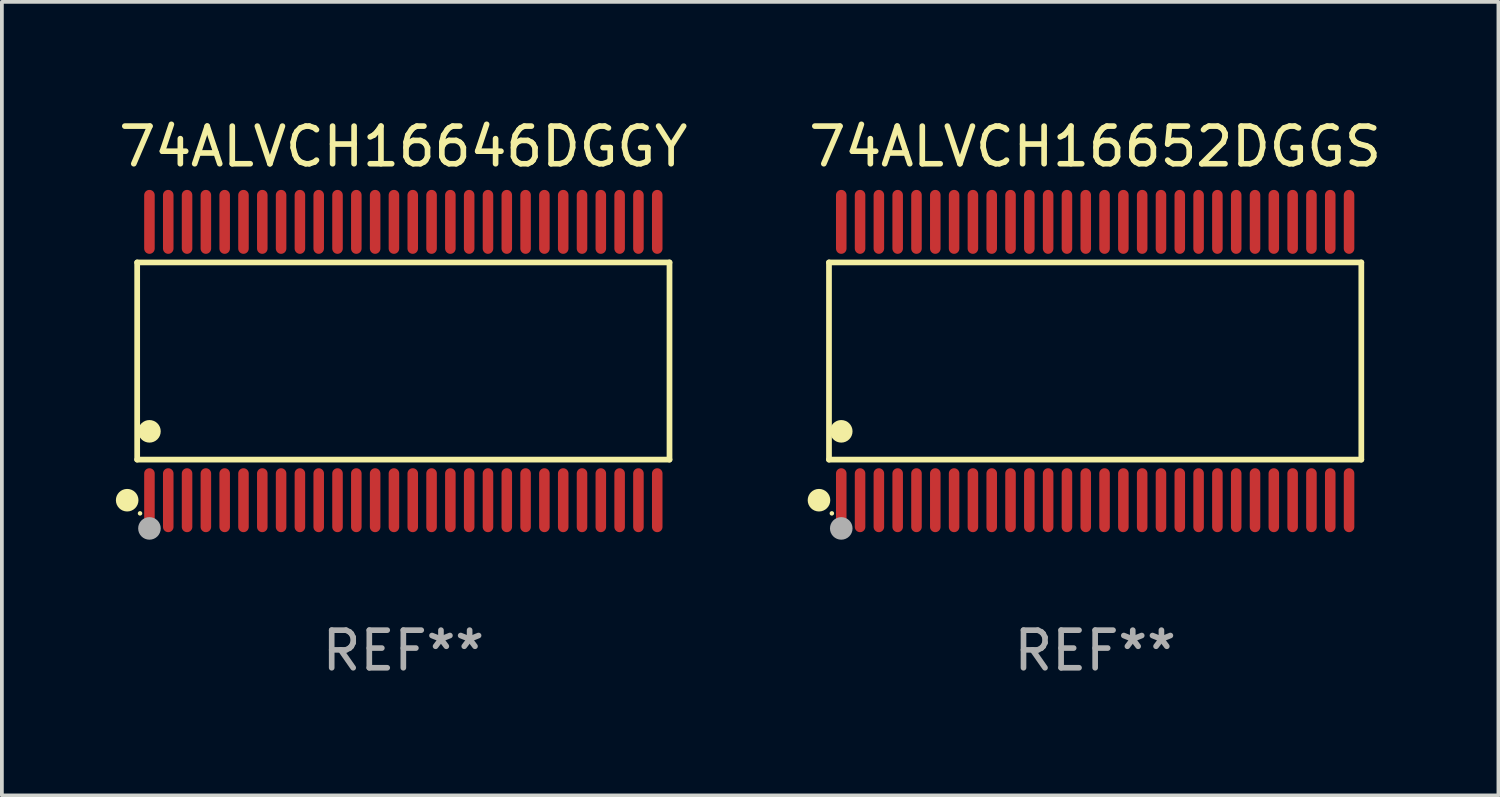
<source format=kicad_pcb>
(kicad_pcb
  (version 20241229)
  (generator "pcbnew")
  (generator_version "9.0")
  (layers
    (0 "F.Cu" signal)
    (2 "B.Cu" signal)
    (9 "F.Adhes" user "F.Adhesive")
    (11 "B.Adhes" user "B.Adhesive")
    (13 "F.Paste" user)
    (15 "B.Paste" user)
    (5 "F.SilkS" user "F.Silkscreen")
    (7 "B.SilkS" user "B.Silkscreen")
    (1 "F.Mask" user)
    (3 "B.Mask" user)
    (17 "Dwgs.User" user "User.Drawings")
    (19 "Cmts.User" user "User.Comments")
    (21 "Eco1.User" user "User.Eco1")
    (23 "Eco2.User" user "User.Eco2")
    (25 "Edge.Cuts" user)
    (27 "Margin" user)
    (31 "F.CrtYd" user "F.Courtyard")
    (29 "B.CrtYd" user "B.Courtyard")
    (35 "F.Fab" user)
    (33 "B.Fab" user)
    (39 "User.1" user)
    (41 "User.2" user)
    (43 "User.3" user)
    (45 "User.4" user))
  (footprint "74ALVCH16646DGGY"
    (layer "F.Cu")
    (at 7.673 6.548)
    (property "Reference" "74ALVCH16646DGGY" (at 0 -5.7 0) (layer "F.SilkS") (effects (font (size 1 1) (thickness 0.15))))
    (attr through_hole)
    (fp_line (start -7.076 -2.621) (end 7.076 -2.621) (stroke (width 0.152) (type solid)) (layer "F.SilkS"))
    (fp_line (start -7.076 2.621) (end -7.076 -2.621) (stroke (width 0.152) (type solid)) (layer "F.SilkS"))
    (fp_line (start 7.076 -2.621) (end 7.076 2.621) (stroke (width 0.152) (type solid)) (layer "F.SilkS"))
    (fp_line (start 7.076 2.621) (end -7.076 2.621) (stroke (width 0.152) (type solid)) (layer "F.SilkS"))
    (fp_circle (center -7.342 3.7) (end -7.192 3.7) (stroke (width 0.3) (type solid)) (fill no) (layer "F.SilkS"))
    (fp_circle (center -7 4.05) (end -6.97 4.05) (stroke (width 0.06) (type solid)) (fill no) (layer "F.SilkS"))
    (fp_circle (center -6.75 1.869) (end -6.6 1.869) (stroke (width 0.3) (type solid)) (fill no) (layer "F.SilkS"))
    (fp_circle (center -6.75 4.45) (end -6.6 4.45) (stroke (width 0.3) (type solid)) (fill no) (layer "F.Fab"))
    (fp_text user "REF**" (at 0 7.7 0) (layer "F.Fab") (effects (font (size 1 1) (thickness 0.15))))
    (pad "1" smd oval (at -6.75 3.7) (size 0.28 1.7) (layers "F.Cu" "F.Mask" "F.Paste"))
    (pad "2" smd oval (at -6.25 3.7) (size 0.28 1.7) (layers "F.Cu" "F.Mask" "F.Paste"))
    (pad "3" smd oval (at -5.75 3.7) (size 0.28 1.7) (layers "F.Cu" "F.Mask" "F.Paste"))
    (pad "4" smd oval (at -5.25 3.7) (size 0.28 1.7) (layers "F.Cu" "F.Mask" "F.Paste"))
    (pad "5" smd oval (at -4.75 3.7) (size 0.28 1.7) (layers "F.Cu" "F.Mask" "F.Paste"))
    (pad "6" smd oval (at -4.25 3.7) (size 0.28 1.7) (layers "F.Cu" "F.Mask" "F.Paste"))
    (pad "7" smd oval (at -3.75 3.7) (size 0.28 1.7) (layers "F.Cu" "F.Mask" "F.Paste"))
    (pad "8" smd oval (at -3.25 3.7) (size 0.28 1.7) (layers "F.Cu" "F.Mask" "F.Paste"))
    (pad "9" smd oval (at -2.75 3.7) (size 0.28 1.7) (layers "F.Cu" "F.Mask" "F.Paste"))
    (pad "10" smd oval (at -2.25 3.7) (size 0.28 1.7) (layers "F.Cu" "F.Mask" "F.Paste"))
    (pad "11" smd oval (at -1.75 3.7) (size 0.28 1.7) (layers "F.Cu" "F.Mask" "F.Paste"))
    (pad "12" smd oval (at -1.25 3.7) (size 0.28 1.7) (layers "F.Cu" "F.Mask" "F.Paste"))
    (pad "13" smd oval (at -0.75 3.7) (size 0.28 1.7) (layers "F.Cu" "F.Mask" "F.Paste"))
    (pad "14" smd oval (at -0.25 3.7) (size 0.28 1.7) (layers "F.Cu" "F.Mask" "F.Paste"))
    (pad "15" smd oval (at 0.25 3.7) (size 0.28 1.7) (layers "F.Cu" "F.Mask" "F.Paste"))
    (pad "16" smd oval (at 0.75 3.7) (size 0.28 1.7) (layers "F.Cu" "F.Mask" "F.Paste"))
    (pad "17" smd oval (at 1.25 3.7) (size 0.28 1.7) (layers "F.Cu" "F.Mask" "F.Paste"))
    (pad "18" smd oval (at 1.75 3.7) (size 0.28 1.7) (layers "F.Cu" "F.Mask" "F.Paste"))
    (pad "19" smd oval (at 2.25 3.7) (size 0.28 1.7) (layers "F.Cu" "F.Mask" "F.Paste"))
    (pad "20" smd oval (at 2.75 3.7) (size 0.28 1.7) (layers "F.Cu" "F.Mask" "F.Paste"))
    (pad "21" smd oval (at 3.25 3.7) (size 0.28 1.7) (layers "F.Cu" "F.Mask" "F.Paste"))
    (pad "22" smd oval (at 3.75 3.7) (size 0.28 1.7) (layers "F.Cu" "F.Mask" "F.Paste"))
    (pad "23" smd oval (at 4.25 3.7) (size 0.28 1.7) (layers "F.Cu" "F.Mask" "F.Paste"))
    (pad "24" smd oval (at 4.75 3.7) (size 0.28 1.7) (layers "F.Cu" "F.Mask" "F.Paste"))
    (pad "25" smd oval (at 5.25 3.7) (size 0.28 1.7) (layers "F.Cu" "F.Mask" "F.Paste"))
    (pad "26" smd oval (at 5.75 3.7) (size 0.28 1.7) (layers "F.Cu" "F.Mask" "F.Paste"))
    (pad "27" smd oval (at 6.25 3.7) (size 0.28 1.7) (layers "F.Cu" "F.Mask" "F.Paste"))
    (pad "28" smd oval (at 6.75 3.7) (size 0.28 1.7) (layers "F.Cu" "F.Mask" "F.Paste"))
    (pad "29" smd oval (at 6.75 -3.7) (size 0.28 1.7) (layers "F.Cu" "F.Mask" "F.Paste"))
    (pad "30" smd oval (at 6.25 -3.7) (size 0.28 1.7) (layers "F.Cu" "F.Mask" "F.Paste"))
    (pad "31" smd oval (at 5.75 -3.7) (size 0.28 1.7) (layers "F.Cu" "F.Mask" "F.Paste"))
    (pad "32" smd oval (at 5.25 -3.7) (size 0.28 1.7) (layers "F.Cu" "F.Mask" "F.Paste"))
    (pad "33" smd oval (at 4.75 -3.7) (size 0.28 1.7) (layers "F.Cu" "F.Mask" "F.Paste"))
    (pad "34" smd oval (at 4.25 -3.7) (size 0.28 1.7) (layers "F.Cu" "F.Mask" "F.Paste"))
    (pad "35" smd oval (at 3.75 -3.7) (size 0.28 1.7) (layers "F.Cu" "F.Mask" "F.Paste"))
    (pad "36" smd oval (at 3.25 -3.7) (size 0.28 1.7) (layers "F.Cu" "F.Mask" "F.Paste"))
    (pad "37" smd oval (at 2.75 -3.7) (size 0.28 1.7) (layers "F.Cu" "F.Mask" "F.Paste"))
    (pad "38" smd oval (at 2.25 -3.7) (size 0.28 1.7) (layers "F.Cu" "F.Mask" "F.Paste"))
    (pad "39" smd oval (at 1.75 -3.7) (size 0.28 1.7) (layers "F.Cu" "F.Mask" "F.Paste"))
    (pad "40" smd oval (at 1.25 -3.7) (size 0.28 1.7) (layers "F.Cu" "F.Mask" "F.Paste"))
    (pad "41" smd oval (at 0.75 -3.7) (size 0.28 1.7) (layers "F.Cu" "F.Mask" "F.Paste"))
    (pad "42" smd oval (at 0.25 -3.7) (size 0.28 1.7) (layers "F.Cu" "F.Mask" "F.Paste"))
    (pad "43" smd oval (at -0.25 -3.7) (size 0.28 1.7) (layers "F.Cu" "F.Mask" "F.Paste"))
    (pad "44" smd oval (at -0.75 -3.7) (size 0.28 1.7) (layers "F.Cu" "F.Mask" "F.Paste"))
    (pad "45" smd oval (at -1.25 -3.7) (size 0.28 1.7) (layers "F.Cu" "F.Mask" "F.Paste"))
    (pad "46" smd oval (at -1.75 -3.7) (size 0.28 1.7) (layers "F.Cu" "F.Mask" "F.Paste"))
    (pad "47" smd oval (at -2.25 -3.7) (size 0.28 1.7) (layers "F.Cu" "F.Mask" "F.Paste"))
    (pad "48" smd oval (at -2.75 -3.7) (size 0.28 1.7) (layers "F.Cu" "F.Mask" "F.Paste"))
    (pad "49" smd oval (at -3.25 -3.7) (size 0.28 1.7) (layers "F.Cu" "F.Mask" "F.Paste"))
    (pad "50" smd oval (at -3.75 -3.7) (size 0.28 1.7) (layers "F.Cu" "F.Mask" "F.Paste"))
    (pad "51" smd oval (at -4.25 -3.7) (size 0.28 1.7) (layers "F.Cu" "F.Mask" "F.Paste"))
    (pad "52" smd oval (at -4.75 -3.7) (size 0.28 1.7) (layers "F.Cu" "F.Mask" "F.Paste"))
    (pad "53" smd oval (at -5.25 -3.7) (size 0.28 1.7) (layers "F.Cu" "F.Mask" "F.Paste"))
    (pad "54" smd oval (at -5.75 -3.7) (size 0.28 1.7) (layers "F.Cu" "F.Mask" "F.Paste"))
    (pad "55" smd oval (at -6.25 -3.7) (size 0.28 1.7) (layers "F.Cu" "F.Mask" "F.Paste"))
    (pad "56" smd oval (at -6.75 -3.7) (size 0.28 1.7) (layers "F.Cu" "F.Mask" "F.Paste")))
  (footprint "74ALVCH16652DGGS"
    (layer "F.Cu")
    (at 26.065 6.548)
    (property "Reference" "74ALVCH16652DGGS" (at 0 -5.7 0) (layer "F.SilkS") (effects (font (size 1 1) (thickness 0.15))))
    (attr through_hole)
    (fp_line (start -7.076 -2.621) (end 7.076 -2.621) (stroke (width 0.152) (type solid)) (layer "F.SilkS"))
    (fp_line (start -7.076 2.621) (end -7.076 -2.621) (stroke (width 0.152) (type solid)) (layer "F.SilkS"))
    (fp_line (start 7.076 -2.621) (end 7.076 2.621) (stroke (width 0.152) (type solid)) (layer "F.SilkS"))
    (fp_line (start 7.076 2.621) (end -7.076 2.621) (stroke (width 0.152) (type solid)) (layer "F.SilkS"))
    (fp_circle (center -7.342 3.7) (end -7.192 3.7) (stroke (width 0.3) (type solid)) (fill no) (layer "F.SilkS"))
    (fp_circle (center -7 4.05) (end -6.97 4.05) (stroke (width 0.06) (type solid)) (fill no) (layer "F.SilkS"))
    (fp_circle (center -6.75 1.869) (end -6.6 1.869) (stroke (width 0.3) (type solid)) (fill no) (layer "F.SilkS"))
    (fp_circle (center -6.75 4.45) (end -6.6 4.45) (stroke (width 0.3) (type solid)) (fill no) (layer "F.Fab"))
    (fp_text user "REF**" (at 0 7.7 0) (layer "F.Fab") (effects (font (size 1 1) (thickness 0.15))))
    (pad "1" smd oval (at -6.75 3.7) (size 0.28 1.7) (layers "F.Cu" "F.Mask" "F.Paste"))
    (pad "2" smd oval (at -6.25 3.7) (size 0.28 1.7) (layers "F.Cu" "F.Mask" "F.Paste"))
    (pad "3" smd oval (at -5.75 3.7) (size 0.28 1.7) (layers "F.Cu" "F.Mask" "F.Paste"))
    (pad "4" smd oval (at -5.25 3.7) (size 0.28 1.7) (layers "F.Cu" "F.Mask" "F.Paste"))
    (pad "5" smd oval (at -4.75 3.7) (size 0.28 1.7) (layers "F.Cu" "F.Mask" "F.Paste"))
    (pad "6" smd oval (at -4.25 3.7) (size 0.28 1.7) (layers "F.Cu" "F.Mask" "F.Paste"))
    (pad "7" smd oval (at -3.75 3.7) (size 0.28 1.7) (layers "F.Cu" "F.Mask" "F.Paste"))
    (pad "8" smd oval (at -3.25 3.7) (size 0.28 1.7) (layers "F.Cu" "F.Mask" "F.Paste"))
    (pad "9" smd oval (at -2.75 3.7) (size 0.28 1.7) (layers "F.Cu" "F.Mask" "F.Paste"))
    (pad "10" smd oval (at -2.25 3.7) (size 0.28 1.7) (layers "F.Cu" "F.Mask" "F.Paste"))
    (pad "11" smd oval (at -1.75 3.7) (size 0.28 1.7) (layers "F.Cu" "F.Mask" "F.Paste"))
    (pad "12" smd oval (at -1.25 3.7) (size 0.28 1.7) (layers "F.Cu" "F.Mask" "F.Paste"))
    (pad "13" smd oval (at -0.75 3.7) (size 0.28 1.7) (layers "F.Cu" "F.Mask" "F.Paste"))
    (pad "14" smd oval (at -0.25 3.7) (size 0.28 1.7) (layers "F.Cu" "F.Mask" "F.Paste"))
    (pad "15" smd oval (at 0.25 3.7) (size 0.28 1.7) (layers "F.Cu" "F.Mask" "F.Paste"))
    (pad "16" smd oval (at 0.75 3.7) (size 0.28 1.7) (layers "F.Cu" "F.Mask" "F.Paste"))
    (pad "17" smd oval (at 1.25 3.7) (size 0.28 1.7) (layers "F.Cu" "F.Mask" "F.Paste"))
    (pad "18" smd oval (at 1.75 3.7) (size 0.28 1.7) (layers "F.Cu" "F.Mask" "F.Paste"))
    (pad "19" smd oval (at 2.25 3.7) (size 0.28 1.7) (layers "F.Cu" "F.Mask" "F.Paste"))
    (pad "20" smd oval (at 2.75 3.7) (size 0.28 1.7) (layers "F.Cu" "F.Mask" "F.Paste"))
    (pad "21" smd oval (at 3.25 3.7) (size 0.28 1.7) (layers "F.Cu" "F.Mask" "F.Paste"))
    (pad "22" smd oval (at 3.75 3.7) (size 0.28 1.7) (layers "F.Cu" "F.Mask" "F.Paste"))
    (pad "23" smd oval (at 4.25 3.7) (size 0.28 1.7) (layers "F.Cu" "F.Mask" "F.Paste"))
    (pad "24" smd oval (at 4.75 3.7) (size 0.28 1.7) (layers "F.Cu" "F.Mask" "F.Paste"))
    (pad "25" smd oval (at 5.25 3.7) (size 0.28 1.7) (layers "F.Cu" "F.Mask" "F.Paste"))
    (pad "26" smd oval (at 5.75 3.7) (size 0.28 1.7) (layers "F.Cu" "F.Mask" "F.Paste"))
    (pad "27" smd oval (at 6.25 3.7) (size 0.28 1.7) (layers "F.Cu" "F.Mask" "F.Paste"))
    (pad "28" smd oval (at 6.75 3.7) (size 0.28 1.7) (layers "F.Cu" "F.Mask" "F.Paste"))
    (pad "29" smd oval (at 6.75 -3.7) (size 0.28 1.7) (layers "F.Cu" "F.Mask" "F.Paste"))
    (pad "30" smd oval (at 6.25 -3.7) (size 0.28 1.7) (layers "F.Cu" "F.Mask" "F.Paste"))
    (pad "31" smd oval (at 5.75 -3.7) (size 0.28 1.7) (layers "F.Cu" "F.Mask" "F.Paste"))
    (pad "32" smd oval (at 5.25 -3.7) (size 0.28 1.7) (layers "F.Cu" "F.Mask" "F.Paste"))
    (pad "33" smd oval (at 4.75 -3.7) (size 0.28 1.7) (layers "F.Cu" "F.Mask" "F.Paste"))
    (pad "34" smd oval (at 4.25 -3.7) (size 0.28 1.7) (layers "F.Cu" "F.Mask" "F.Paste"))
    (pad "35" smd oval (at 3.75 -3.7) (size 0.28 1.7) (layers "F.Cu" "F.Mask" "F.Paste"))
    (pad "36" smd oval (at 3.25 -3.7) (size 0.28 1.7) (layers "F.Cu" "F.Mask" "F.Paste"))
    (pad "37" smd oval (at 2.75 -3.7) (size 0.28 1.7) (layers "F.Cu" "F.Mask" "F.Paste"))
    (pad "38" smd oval (at 2.25 -3.7) (size 0.28 1.7) (layers "F.Cu" "F.Mask" "F.Paste"))
    (pad "39" smd oval (at 1.75 -3.7) (size 0.28 1.7) (layers "F.Cu" "F.Mask" "F.Paste"))
    (pad "40" smd oval (at 1.25 -3.7) (size 0.28 1.7) (layers "F.Cu" "F.Mask" "F.Paste"))
    (pad "41" smd oval (at 0.75 -3.7) (size 0.28 1.7) (layers "F.Cu" "F.Mask" "F.Paste"))
    (pad "42" smd oval (at 0.25 -3.7) (size 0.28 1.7) (layers "F.Cu" "F.Mask" "F.Paste"))
    (pad "43" smd oval (at -0.25 -3.7) (size 0.28 1.7) (layers "F.Cu" "F.Mask" "F.Paste"))
    (pad "44" smd oval (at -0.75 -3.7) (size 0.28 1.7) (layers "F.Cu" "F.Mask" "F.Paste"))
    (pad "45" smd oval (at -1.25 -3.7) (size 0.28 1.7) (layers "F.Cu" "F.Mask" "F.Paste"))
    (pad "46" smd oval (at -1.75 -3.7) (size 0.28 1.7) (layers "F.Cu" "F.Mask" "F.Paste"))
    (pad "47" smd oval (at -2.25 -3.7) (size 0.28 1.7) (layers "F.Cu" "F.Mask" "F.Paste"))
    (pad "48" smd oval (at -2.75 -3.7) (size 0.28 1.7) (layers "F.Cu" "F.Mask" "F.Paste"))
    (pad "49" smd oval (at -3.25 -3.7) (size 0.28 1.7) (layers "F.Cu" "F.Mask" "F.Paste"))
    (pad "50" smd oval (at -3.75 -3.7) (size 0.28 1.7) (layers "F.Cu" "F.Mask" "F.Paste"))
    (pad "51" smd oval (at -4.25 -3.7) (size 0.28 1.7) (layers "F.Cu" "F.Mask" "F.Paste"))
    (pad "52" smd oval (at -4.75 -3.7) (size 0.28 1.7) (layers "F.Cu" "F.Mask" "F.Paste"))
    (pad "53" smd oval (at -5.25 -3.7) (size 0.28 1.7) (layers "F.Cu" "F.Mask" "F.Paste"))
    (pad "54" smd oval (at -5.75 -3.7) (size 0.28 1.7) (layers "F.Cu" "F.Mask" "F.Paste"))
    (pad "55" smd oval (at -6.25 -3.7) (size 0.28 1.7) (layers "F.Cu" "F.Mask" "F.Paste"))
    (pad "56" smd oval (at -6.75 -3.7) (size 0.28 1.7) (layers "F.Cu" "F.Mask" "F.Paste")))
  (gr_rect
    (start -3 -3)
    (end 36.786 18.097)
    (stroke (width 0.1) (type default))
    (fill no)
    (layer "Edge.Cuts")))
</source>
